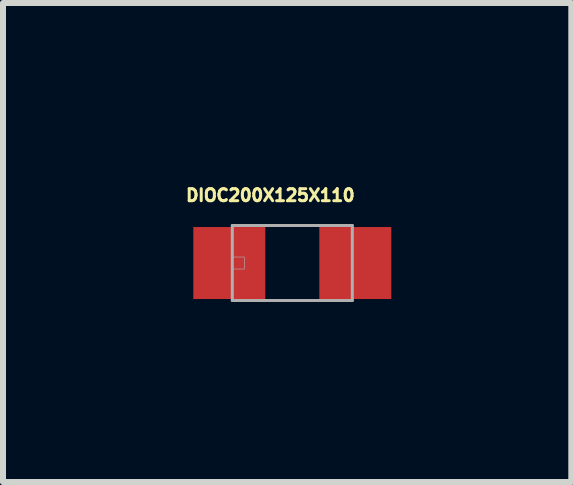
<source format=kicad_pcb>
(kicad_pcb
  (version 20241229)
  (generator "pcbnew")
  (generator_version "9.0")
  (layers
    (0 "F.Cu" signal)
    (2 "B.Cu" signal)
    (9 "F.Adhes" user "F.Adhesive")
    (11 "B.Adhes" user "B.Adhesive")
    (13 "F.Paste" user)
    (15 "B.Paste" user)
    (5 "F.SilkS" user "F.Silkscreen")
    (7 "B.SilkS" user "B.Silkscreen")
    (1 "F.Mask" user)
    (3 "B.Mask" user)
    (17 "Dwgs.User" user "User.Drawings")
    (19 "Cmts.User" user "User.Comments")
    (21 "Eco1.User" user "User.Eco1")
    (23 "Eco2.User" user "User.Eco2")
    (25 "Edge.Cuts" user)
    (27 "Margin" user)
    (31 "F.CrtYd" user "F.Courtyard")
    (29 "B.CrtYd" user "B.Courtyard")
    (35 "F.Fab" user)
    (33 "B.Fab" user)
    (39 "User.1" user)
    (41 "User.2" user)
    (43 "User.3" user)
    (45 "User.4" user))
  (footprint "DIOC200X125X110"
    (layer "F.Cu")
    (at 1.822 1.334)
    (property "Reference" "DIOC200X125X110" (at -0.366 -1.129 0) (layer "F.SilkS") (effects (font (size 0.2 0.2) (thickness 0.15))))
    (attr through_hole)
    (fp_line (start -1 -0.625) (end -1 0.625) (stroke (width 0.05) (type solid)) (layer "F.Fab"))
    (fp_line (start -1 0.625) (end 1 0.625) (stroke (width 0.05) (type solid)) (layer "F.Fab"))
    (fp_line (start 1 -0.625) (end -1 -0.625) (stroke (width 0.05) (type solid)) (layer "F.Fab"))
    (fp_line (start 1 0.625) (end 1 -0.625) (stroke (width 0.05) (type solid)) (layer "F.Fab"))
    (fp_poly (pts (xy -1.002 -0.1) (xy -0.8 -0.1) (xy -0.8 0.1) (xy -1.002 0.1)) (stroke (width 0.01) (type solid)) (fill no) (layer "F.Fab"))
    (pad "+" smd rect (at 1.05 0) (size 1.2 1.2) (layers "F.Cu" "F.Mask" "F.Paste"))
    (pad "-" smd rect (at -1.05 0) (size 1.2 1.2) (layers "F.Cu" "F.Mask" "F.Paste")))
  (gr_rect
    (start -3 -3)
    (end 6.472 4.984)
    (stroke (width 0.1) (type default))
    (fill no)
    (layer "Edge.Cuts")))
</source>
